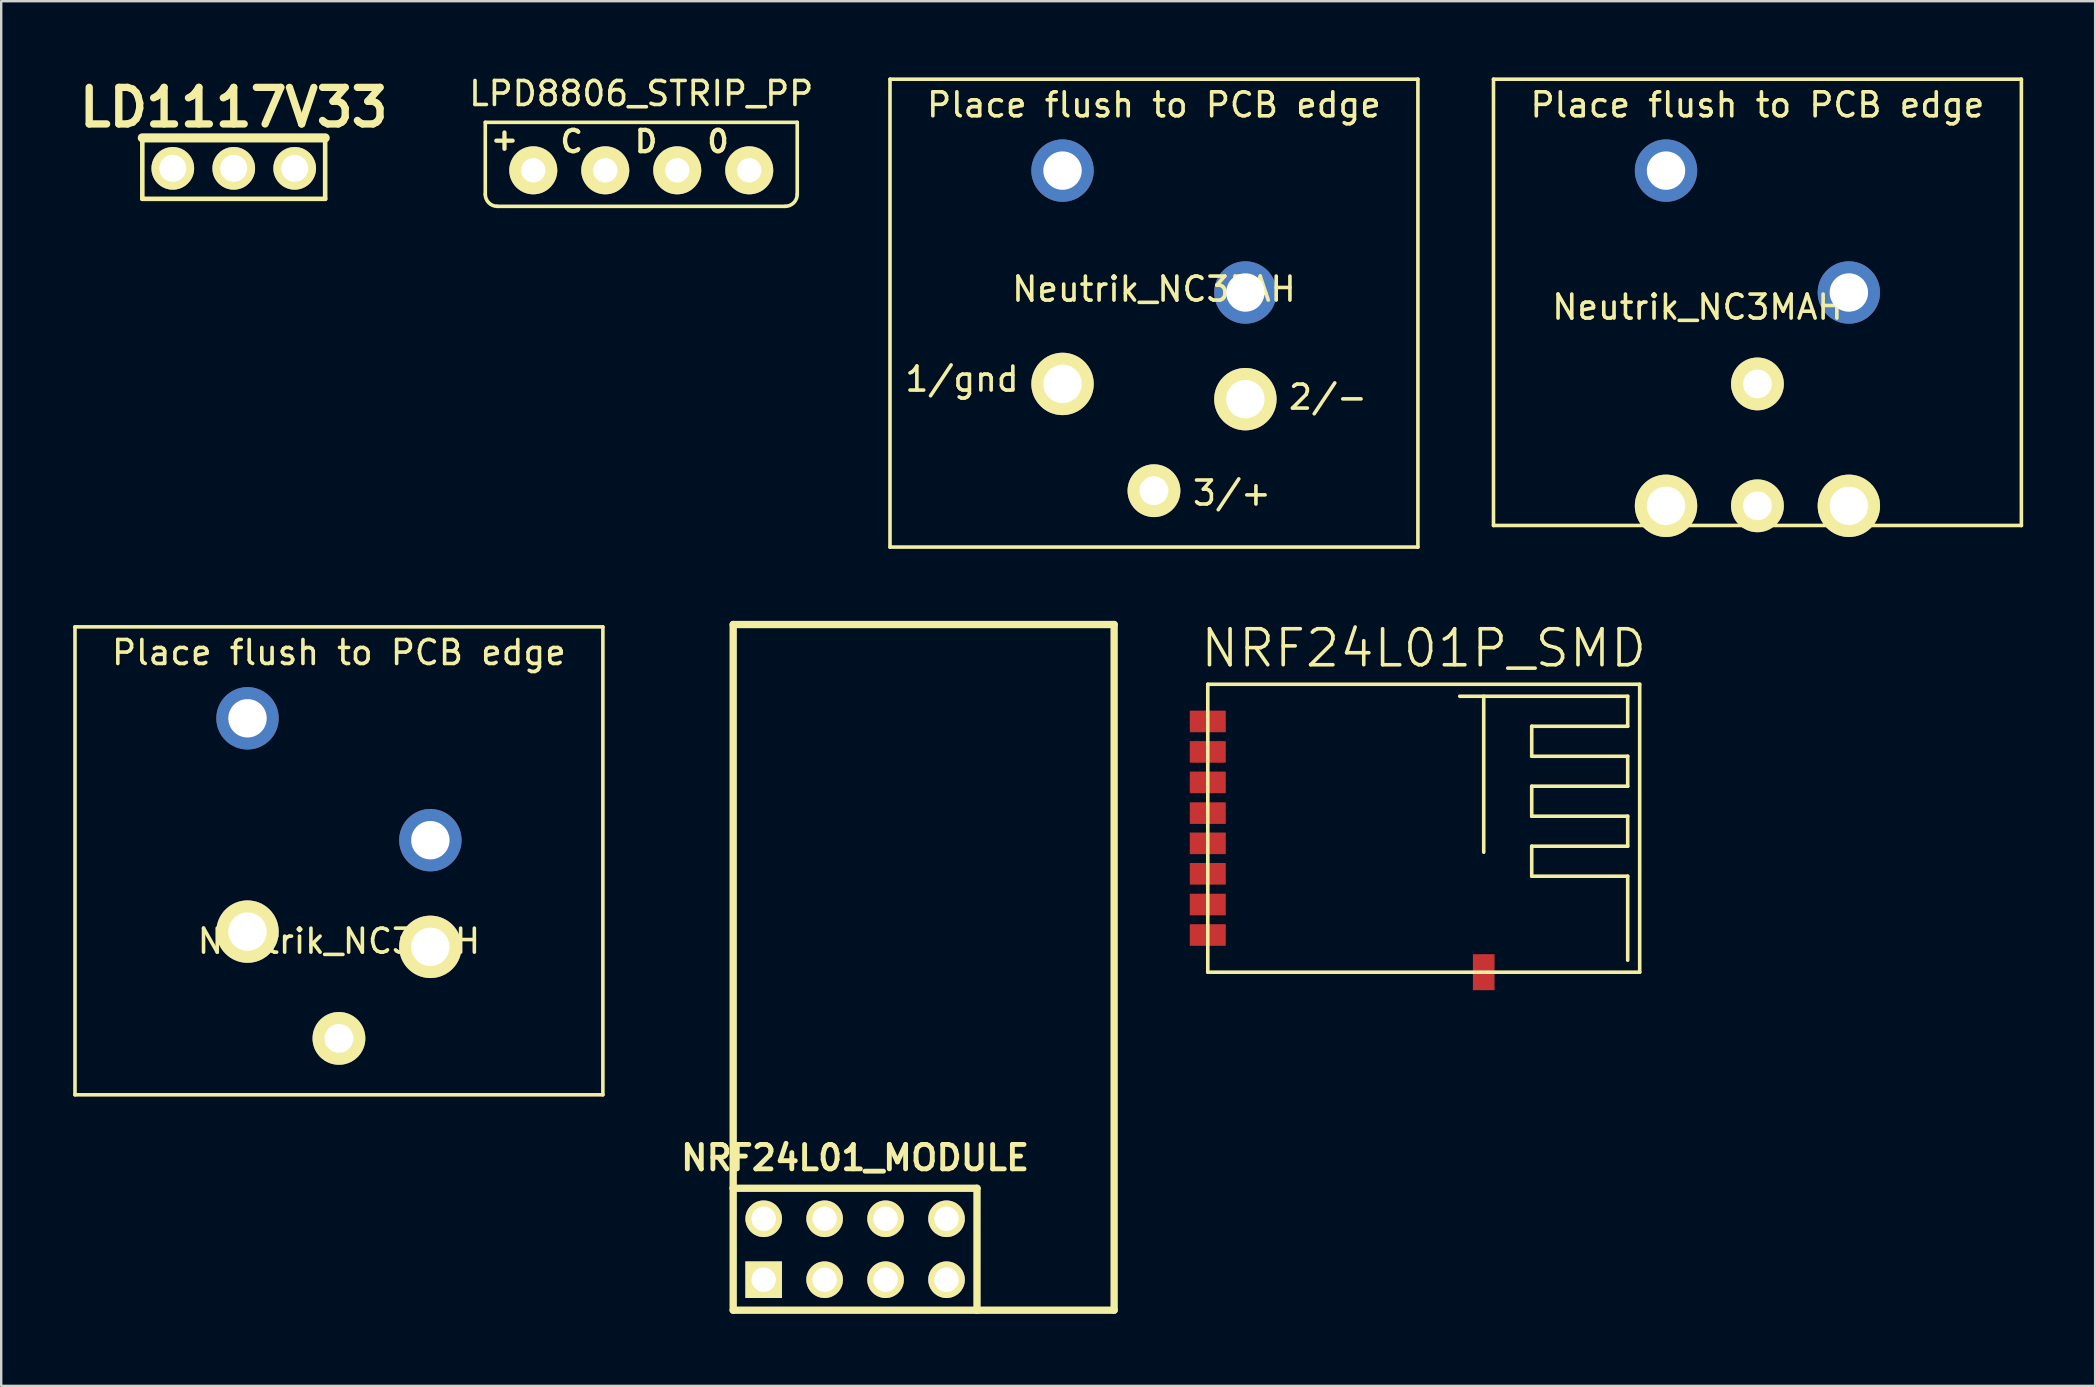
<source format=kicad_pcb>
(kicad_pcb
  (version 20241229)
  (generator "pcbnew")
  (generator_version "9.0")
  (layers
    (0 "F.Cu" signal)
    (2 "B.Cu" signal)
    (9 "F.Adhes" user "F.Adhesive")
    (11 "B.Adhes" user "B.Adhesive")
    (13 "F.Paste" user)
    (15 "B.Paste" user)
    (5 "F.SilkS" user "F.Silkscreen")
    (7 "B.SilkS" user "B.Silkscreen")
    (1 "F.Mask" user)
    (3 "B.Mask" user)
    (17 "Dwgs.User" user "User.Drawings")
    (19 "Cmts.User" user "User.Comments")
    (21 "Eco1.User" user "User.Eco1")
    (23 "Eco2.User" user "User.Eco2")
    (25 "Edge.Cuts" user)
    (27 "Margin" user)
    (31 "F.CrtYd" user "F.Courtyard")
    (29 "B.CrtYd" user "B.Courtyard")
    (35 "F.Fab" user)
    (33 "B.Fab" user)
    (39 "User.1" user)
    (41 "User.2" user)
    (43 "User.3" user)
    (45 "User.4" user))
  (footprint "NRF24L01_MODULE"
    (layer "F.Cu")
    (at 32.586 49.012)
    (property "Reference" "NRF24L01_MODULE" (at 0 -3.81 0) (layer "F.SilkS") (effects (font (size 1.016 1.016) (thickness 0.203))))
    (attr through_hole)
    (fp_line (start -5.08 -26.035) (end -5.08 -2.54) (stroke (width 0.305) (type solid)) (layer "F.SilkS"))
    (fp_line (start -5.08 -2.54) (end 5.08 -2.54) (stroke (width 0.305) (type solid)) (layer "F.SilkS"))
    (fp_line (start -5.08 2.54) (end -5.08 -2.54) (stroke (width 0.305) (type solid)) (layer "F.SilkS"))
    (fp_line (start 5.08 -2.54) (end 5.08 2.54) (stroke (width 0.305) (type solid)) (layer "F.SilkS"))
    (fp_line (start 5.08 2.54) (end -5.08 2.54) (stroke (width 0.305) (type solid)) (layer "F.SilkS"))
    (fp_line (start 5.08 2.54) (end 10.795 2.54) (stroke (width 0.305) (type solid)) (layer "F.SilkS"))
    (fp_line (start 10.795 -26.035) (end -5.08 -26.035) (stroke (width 0.305) (type solid)) (layer "F.SilkS"))
    (fp_line (start 10.795 2.54) (end 10.795 -26.035) (stroke (width 0.305) (type solid)) (layer "F.SilkS"))
    (pad "1" thru_hole rect (at -3.81 1.27) (size 1.524 1.524) (drill 1.016) (layers "*.Cu" "*.Mask" "F.SilkS"))
    (pad "2" thru_hole circle (at -3.81 -1.27) (size 1.524 1.524) (drill 1.016) (layers "*.Cu" "*.Mask" "F.SilkS"))
    (pad "3" thru_hole circle (at -1.27 1.27) (size 1.524 1.524) (drill 1.016) (layers "*.Cu" "*.Mask" "F.SilkS"))
    (pad "4" thru_hole circle (at -1.27 -1.27) (size 1.524 1.524) (drill 1.016) (layers "*.Cu" "*.Mask" "F.SilkS"))
    (pad "5" thru_hole circle (at 1.27 1.27) (size 1.524 1.524) (drill 1.016) (layers "*.Cu" "*.Mask" "F.SilkS"))
    (pad "6" thru_hole circle (at 1.27 -1.27) (size 1.524 1.524) (drill 1.016) (layers "*.Cu" "*.Mask" "F.SilkS"))
    (pad "7" thru_hole circle (at 3.81 1.27) (size 1.524 1.524) (drill 1.016) (layers "*.Cu" "*.Mask" "F.SilkS"))
    (pad "8" thru_hole circle (at 3.81 -1.27) (size 1.524 1.524) (drill 1.016) (layers "*.Cu" "*.Mask" "F.SilkS")))
  (footprint "NRF24L01P_SMD"
    (layer "F.Cu")
    (at 47.284 25.466)
    (property "Reference" "NRF24L01P_SMD" (at 9 -1.5 180) (layer "F.SilkS") (effects (font (size 1.5 1.5) (thickness 0.15))))
    (attr through_hole)
    (fp_line (start 0 0) (end 0 12) (stroke (width 0.15) (type solid)) (layer "F.SilkS"))
    (fp_line (start 0 0) (end 18 0) (stroke (width 0.15) (type solid)) (layer "F.SilkS"))
    (fp_line (start 10.5 0.5) (end 17.5 0.5) (stroke (width 0.15) (type solid)) (layer "F.SilkS"))
    (fp_line (start 11.5 7) (end 11.5 0.5) (stroke (width 0.15) (type solid)) (layer "F.SilkS"))
    (fp_line (start 13.5 1.75) (end 13.5 3) (stroke (width 0.15) (type solid)) (layer "F.SilkS"))
    (fp_line (start 13.5 3) (end 17.5 3) (stroke (width 0.15) (type solid)) (layer "F.SilkS"))
    (fp_line (start 13.5 4.25) (end 13.5 5.5) (stroke (width 0.15) (type solid)) (layer "F.SilkS"))
    (fp_line (start 13.5 5.5) (end 17.5 5.5) (stroke (width 0.15) (type solid)) (layer "F.SilkS"))
    (fp_line (start 13.5 6.75) (end 13.5 8) (stroke (width 0.15) (type solid)) (layer "F.SilkS"))
    (fp_line (start 13.5 8) (end 17.5 8) (stroke (width 0.15) (type solid)) (layer "F.SilkS"))
    (fp_line (start 17.5 0.5) (end 17.5 1.75) (stroke (width 0.15) (type solid)) (layer "F.SilkS"))
    (fp_line (start 17.5 1.75) (end 13.5 1.75) (stroke (width 0.15) (type solid)) (layer "F.SilkS"))
    (fp_line (start 17.5 3) (end 17.5 4.25) (stroke (width 0.15) (type solid)) (layer "F.SilkS"))
    (fp_line (start 17.5 4.25) (end 13.5 4.25) (stroke (width 0.15) (type solid)) (layer "F.SilkS"))
    (fp_line (start 17.5 5.5) (end 17.5 6.75) (stroke (width 0.15) (type solid)) (layer "F.SilkS"))
    (fp_line (start 17.5 6.75) (end 13.5 6.75) (stroke (width 0.15) (type solid)) (layer "F.SilkS"))
    (fp_line (start 17.5 8) (end 17.5 11.5) (stroke (width 0.15) (type solid)) (layer "F.SilkS"))
    (fp_line (start 18 0) (end 18 12) (stroke (width 0.15) (type solid)) (layer "F.SilkS"))
    (fp_line (start 18 12) (end 0 12) (stroke (width 0.15) (type solid)) (layer "F.SilkS"))
    (pad "1" smd rect (at 0 1.55) (size 1.5 0.9) (layers "F.Cu" "F.Mask" "F.Paste"))
    (pad "2" smd rect (at 0 2.82) (size 1.5 0.9) (layers "F.Cu" "F.Mask" "F.Paste"))
    (pad "3" smd rect (at 0 4.09) (size 1.5 0.9) (layers "F.Cu" "F.Mask" "F.Paste"))
    (pad "4" smd rect (at 0 5.37) (size 1.5 0.9) (layers "F.Cu" "F.Mask" "F.Paste"))
    (pad "5" smd rect (at 0 6.63) (size 1.5 0.9) (layers "F.Cu" "F.Mask" "F.Paste"))
    (pad "6" smd rect (at 0 7.9) (size 1.5 0.9) (layers "F.Cu" "F.Mask" "F.Paste"))
    (pad "7" smd rect (at 0 9.18) (size 1.5 0.9) (layers "F.Cu" "F.Mask" "F.Paste"))
    (pad "8" smd rect (at 0 10.45) (size 1.5 0.9) (layers "F.Cu" "F.Mask" "F.Paste"))
    (pad "9" smd rect (at 11.5 12) (size 0.9 1.5) (layers "F.Cu" "F.Mask" "F.Paste")))
  (footprint "Neutrik_NC3FAH"
    (layer "F.Cu")
    (at 45.041 0.25)
    (property "Reference" "Neutrik_NC3FAH" (at 0 8.75 0) (layer "F.SilkS") (effects (font (size 1 1) (thickness 0.15))))
    (attr through_hole)
    (fp_line (start -11 0) (end -11 19.5) (stroke (width 0.15) (type solid)) (layer "F.SilkS"))
    (fp_line (start -11 0) (end 11 0) (stroke (width 0.15) (type solid)) (layer "F.SilkS"))
    (fp_line (start -11 19.5) (end 11 19.5) (stroke (width 0.15) (type solid)) (layer "F.SilkS"))
    (fp_line (start 11 0) (end 11 19.5) (stroke (width 0.15) (type solid)) (layer "F.SilkS"))
    (fp_text user "Place flush to PCB edge" (at 0 1.07 0) (layer "F.SilkS") (effects (font (size 1 1) (thickness 0.15))))
    (fp_text user "2/-" (at 7.25 13.25 0) (layer "F.SilkS") (effects (font (size 1 1) (thickness 0.15))))
    (fp_text user "1/gnd" (at -8 12.5 0) (layer "F.SilkS") (effects (font (size 1 1) (thickness 0.15))))
    (fp_text user "3/+" (at 3.25 17.25 0) (layer "F.SilkS") (effects (font (size 1 1) (thickness 0.15))))
    (pad "" thru_hole circle (at -3.81 3.81) (size 2.6 2.6) (drill 1.6) (layers "*.Cu"))
    (pad "" thru_hole circle (at 3.81 8.89) (size 2.6 2.6) (drill 1.6) (layers "*.Cu"))
    (pad "1" thru_hole circle (at -3.81 12.7) (size 2.6 2.6) (drill 1.6) (layers "*.Cu" "*.Mask" "F.SilkS"))
    (pad "2" thru_hole circle (at 3.81 13.335) (size 2.6 2.6) (drill 1.6) (layers "*.Cu" "*.Mask" "F.SilkS"))
    (pad "3" thru_hole circle (at 0 17.15) (size 2.2 2.2) (drill 1.2) (layers "*.Cu" "*.Mask" "F.SilkS")))
  (footprint "LD1117V33"
    (layer "F.Cu")
    (at 4.151 3.966)
    (property "Reference" "LD1117V33" (at 2.54 -2.54 0) (layer "F.SilkS") (effects (font (size 1.524 1.524) (thickness 0.305))))
    (attr through_hole)
    (fp_line (start -1.27 -1.27) (end -1.27 1.27) (stroke (width 0.191) (type solid)) (layer "F.SilkS"))
    (fp_line (start -1.27 1.27) (end 6.35 1.27) (stroke (width 0.191) (type solid)) (layer "F.SilkS"))
    (fp_line (start 6.35 -1.27) (end -1.27 -1.27) (stroke (width 0.381) (type solid)) (layer "F.SilkS"))
    (fp_line (start 6.35 1.27) (end 6.35 -1.27) (stroke (width 0.191) (type solid)) (layer "F.SilkS"))
    (pad "1" thru_hole circle (at 0 0) (size 1.778 1.778) (drill 1.125) (layers "*.Cu" "*.Mask" "F.SilkS"))
    (pad "2" thru_hole circle (at 2.54 0) (size 1.778 1.778) (drill 1.125) (layers "*.Cu" "*.Mask" "F.SilkS"))
    (pad "3" thru_hole circle (at 5.08 0) (size 1.778 1.778) (drill 1.125) (layers "*.Cu" "*.Mask" "F.SilkS")))
  (footprint "LPD8806_STRIP_PP"
    (layer "F.Cu")
    (at 23.674 4.048)
    (property "Reference" "LPD8806_STRIP_PP" (at 0 -3.2 0) (layer "F.SilkS") (effects (font (size 1 1) (thickness 0.15))))
    (attr through_hole)
    (fp_line (start -6.5 -2) (end -6.5 1) (stroke (width 0.15) (type solid)) (layer "F.SilkS"))
    (fp_line (start -6.5 -2) (end 6.5 -2) (stroke (width 0.15) (type solid)) (layer "F.SilkS"))
    (fp_line (start -6 1.5) (end 6 1.5) (stroke (width 0.15) (type solid)) (layer "F.SilkS"))
    (fp_line (start 6.5 -2) (end 6.5 1) (stroke (width 0.15) (type solid)) (layer "F.SilkS"))
    (fp_arc (start -6 1.5) (mid -6.353553 1.353553) (end -6.5 1) (stroke (width 0.15) (type solid)) (layer "F.SilkS"))
    (fp_arc (start 6.5 1) (mid 6.353553 1.353553) (end 6 1.5) (stroke (width 0.15) (type solid)) (layer "F.SilkS"))
    (fp_text user "+" (at -5.7 -1.3 0) (layer "F.SilkS") (effects (font (size 0.889 0.889) (thickness 0.178))))
    (fp_text user "D" (at 0.2 -1.2 0) (layer "F.SilkS") (effects (font (size 0.889 0.889) (thickness 0.178))))
    (fp_text user "C" (at -2.9 -1.2 0) (layer "F.SilkS") (effects (font (size 0.889 0.889) (thickness 0.178))))
    (fp_text user "0" (at 3.2 -1.2 0) (layer "F.SilkS") (effects (font (size 0.889 0.889) (thickness 0.178))))
    (pad "1" thru_hole circle (at -4.5 0) (size 2 2) (drill 1.016) (layers "*.Cu" "*.Mask" "F.SilkS"))
    (pad "2" thru_hole circle (at -1.5 0) (size 2 2) (drill 1.016) (layers "*.Cu" "*.Mask" "F.SilkS"))
    (pad "3" thru_hole circle (at 1.5 0) (size 2 2) (drill 1.016) (layers "*.Cu" "*.Mask" "F.SilkS"))
    (pad "4" thru_hole circle (at 4.5 0) (size 2 2) (drill 1.016) (layers "*.Cu" "*.Mask" "F.SilkS")))
  (footprint "Neutrik_NC3xAH"
    (layer "F.Cu")
    (at 11.075 23.075)
    (property "Reference" "Neutrik_NC3xAH" (at 0 13.1 0) (layer "F.SilkS") (effects (font (size 1 1) (thickness 0.15))))
    (attr through_hole)
    (fp_line (start -11 0) (end -11 19.5) (stroke (width 0.15) (type solid)) (layer "F.SilkS"))
    (fp_line (start -11 0) (end 11 0) (stroke (width 0.15) (type solid)) (layer "F.SilkS"))
    (fp_line (start -11 19.5) (end 11 19.5) (stroke (width 0.15) (type solid)) (layer "F.SilkS"))
    (fp_line (start 11 0) (end 11 19.5) (stroke (width 0.15) (type solid)) (layer "F.SilkS"))
    (fp_text user "Place flush to PCB edge" (at 0 1.07 0) (layer "F.SilkS") (effects (font (size 1 1) (thickness 0.15))))
    (pad "" thru_hole circle (at -3.81 3.81) (size 2.6 2.6) (drill 1.6) (layers "*.Cu"))
    (pad "" thru_hole circle (at 3.81 8.89) (size 2.6 2.6) (drill 1.6) (layers "*.Cu"))
    (pad "1" thru_hole circle (at -3.81 12.7) (size 2.6 2.6) (drill 1.6) (layers "*.Cu" "*.Mask" "F.SilkS"))
    (pad "2" thru_hole circle (at 3.81 13.335) (size 2.6 2.6) (drill 1.6) (layers "*.Cu" "*.Mask" "F.SilkS"))
    (pad "3" thru_hole circle (at 0 17.15) (size 2.2 2.2) (drill 1.2) (layers "*.Cu" "*.Mask" "F.SilkS")))
  (footprint "Neutrik_NC3MAH"
    (layer "F.Cu")
    (at 70.191 0.25)
    (property "Reference" "Neutrik_NC3MAH" (at -2.5 9.5 0) (layer "F.SilkS") (effects (font (size 1 1) (thickness 0.15))))
    (attr through_hole)
    (fp_line (start -11 0) (end -11 18.6) (stroke (width 0.15) (type solid)) (layer "F.SilkS"))
    (fp_line (start -11 0) (end 11 0) (stroke (width 0.15) (type solid)) (layer "F.SilkS"))
    (fp_line (start -11 18.6) (end 11 18.6) (stroke (width 0.15) (type solid)) (layer "F.SilkS"))
    (fp_line (start 11 0) (end 11 18.6) (stroke (width 0.15) (type solid)) (layer "F.SilkS"))
    (fp_text user "Place flush to PCB edge" (at 0 1.07 0) (layer "F.SilkS") (effects (font (size 1 1) (thickness 0.15))))
    (pad "" thru_hole circle (at -3.81 3.81) (size 2.6 2.6) (drill 1.6) (layers "*.Cu"))
    (pad "" thru_hole circle (at 3.81 8.89) (size 2.6 2.6) (drill 1.6) (layers "*.Cu"))
    (pad "1" thru_hole circle (at 3.81 17.78) (size 2.6 2.6) (drill 1.6) (layers "*.Cu" "*.Mask" "F.SilkS"))
    (pad "2" thru_hole circle (at -3.81 17.78) (size 2.6 2.6) (drill 1.6) (layers "*.Cu" "*.Mask" "F.SilkS"))
    (pad "3" thru_hole circle (at 0 17.78) (size 2.2 2.2) (drill 1.2) (layers "*.Cu" "*.Mask" "F.SilkS"))
    (pad "G" thru_hole circle (at 0 12.7) (size 2.2 2.2) (drill 1.2) (layers "*.Cu" "*.Mask" "F.SilkS")))
  (gr_rect
    (start -3 -3)
    (end 84.266 54.705)
    (stroke (width 0.1) (type default))
    (fill no)
    (layer "Edge.Cuts")))
</source>
